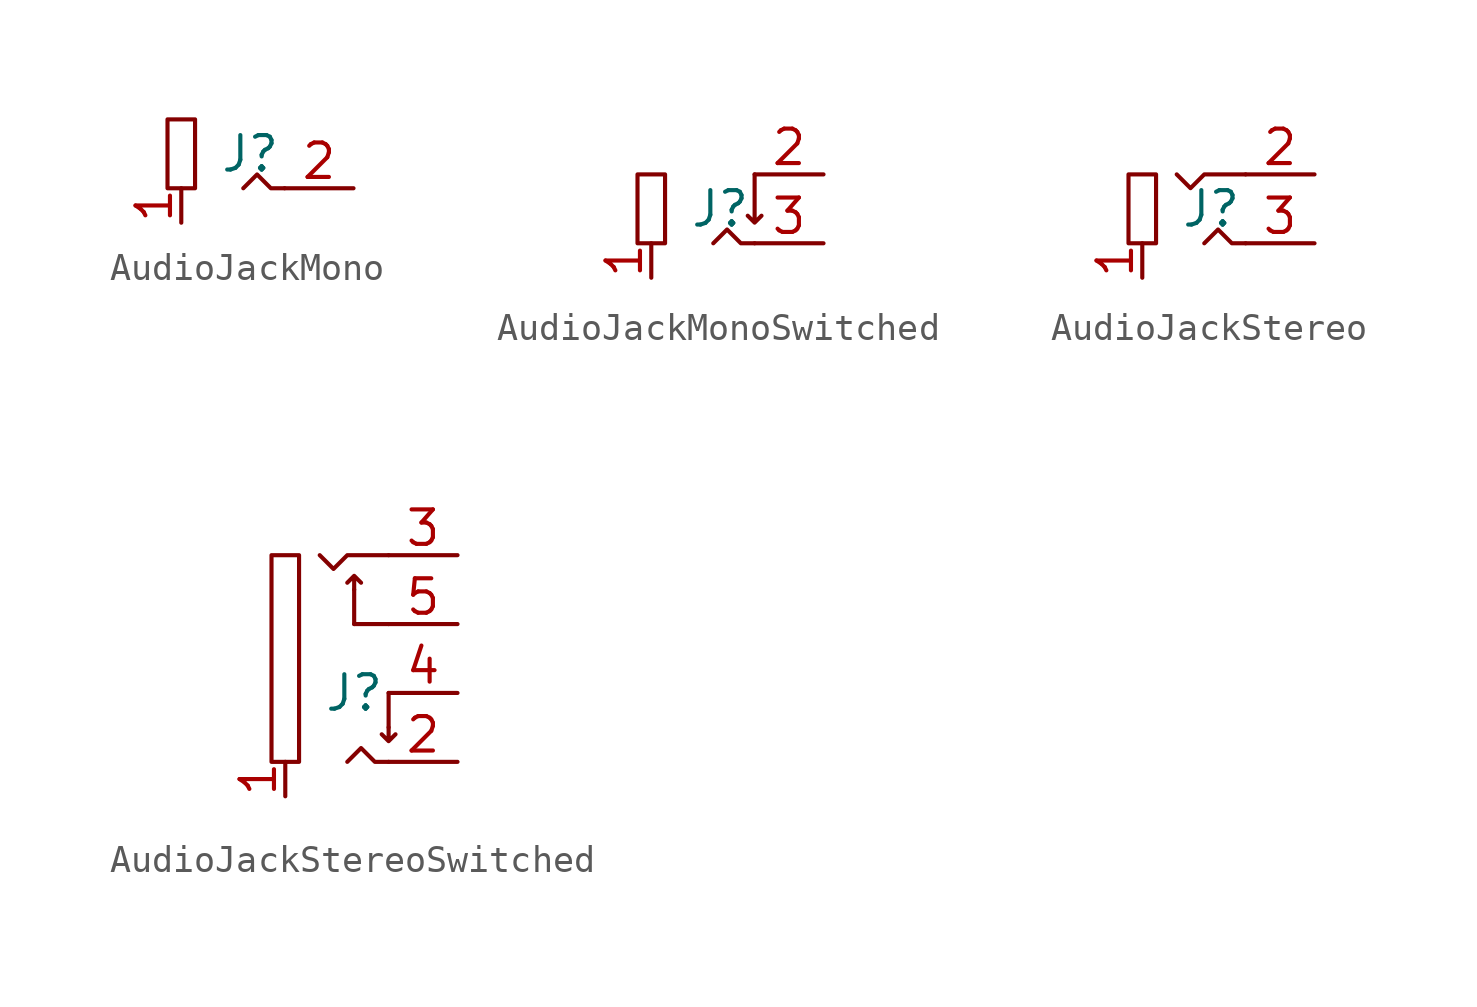
<source format=kicad_sym>
(kicad_symbol_lib
  (version 20241209)
  (generator "kicad_symbol_editor")
  (generator_version "9.0")
  (symbol "AudioJackMono"
    (property "Reference" "J"
      (at 0 0 0)
      (effects (font (size 1.27 1.27))))
    (property "Value" ""
      (at 0 0 0)
      (effects (font (size 1.27 1.27))))
    (symbol "AudioJackMono_0_1"
      (rectangle (start -3.048 1.27) (end -2.032 -1.27) (stroke (width 0) (type default)) (fill (type none)))
      (polyline (pts (xy 1.27 -1.27) (xy 0.762 -1.27) (xy 0.254 -0.762) (xy -0.254 -1.27)) (stroke (width 0) (type default)) (fill (type none))))
    (symbol "AudioJackMono_1_1"
      (pin passive line (at -2.54 -2.54 90) (length 1.27) (name "~" (effects (font (size 1.27 1.27)))) (number "1" (effects (font (size 1.27 1.27)))))
      (pin passive line (at 3.81 -1.27 180) (length 2.54) (name "~" (effects (font (size 1.27 1.27)))) (number "2" (effects (font (size 1.27 1.27)))))))
  (symbol "AudioJackMonoSwitched"
    (property "Reference" "J"
      (at 0 0 0)
      (effects (font (size 1.27 1.27))))
    (property "Value" ""
      (at 0 0 0)
      (effects (font (size 1.27 1.27))))
    (symbol "AudioJackMonoSwitched_0_1"
      (rectangle (start -3.048 1.27) (end -2.032 -1.27) (stroke (width 0) (type default)) (fill (type none)))
      (polyline (pts (xy 1.27 1.27) (xy 1.27 -0.508) (xy 1.016 -0.254) (xy 1.27 -0.508) (xy 1.524 -0.254)) (stroke (width 0) (type default)) (fill (type none)))
      (polyline (pts (xy 1.27 -1.27) (xy 0.762 -1.27) (xy 0.254 -0.762) (xy -0.254 -1.27)) (stroke (width 0) (type default)) (fill (type none))))
    (symbol "AudioJackMonoSwitched_1_1"
      (pin passive line (at -2.54 -2.54 90) (length 1.27) (name "~" (effects (font (size 1.27 1.27)))) (number "1" (effects (font (size 1.27 1.27)))))
      (pin passive line (at 3.81 1.27 180) (length 2.54) (name "~" (effects (font (size 1.27 1.27)))) (number "2" (effects (font (size 1.27 1.27)))))
      (pin passive line (at 3.81 -1.27 180) (length 2.54) (name "~" (effects (font (size 1.27 1.27)))) (number "3" (effects (font (size 1.27 1.27)))))))
  (symbol "AudioJackStereo"
    (property "Reference" "J"
      (at 0 0 0)
      (effects (font (size 1.27 1.27))))
    (property "Value" ""
      (at 0 0 0)
      (effects (font (size 1.27 1.27))))
    (symbol "AudioJackStereo_0_1"
      (rectangle (start -3.048 1.27) (end -2.032 -1.27) (stroke (width 0) (type default)) (fill (type none)))
      (polyline (pts (xy 1.27 1.27) (xy -0.254 1.27) (xy -0.762 0.762) (xy -1.27 1.27)) (stroke (width 0) (type default)) (fill (type none)))
      (polyline (pts (xy 1.27 -1.27) (xy 0.762 -1.27) (xy 0.254 -0.762) (xy -0.254 -1.27)) (stroke (width 0) (type default)) (fill (type none))))
    (symbol "AudioJackStereo_1_1"
      (pin passive line (at -2.54 -2.54 90) (length 1.27) (name "~" (effects (font (size 1.27 1.27)))) (number "1" (effects (font (size 1.27 1.27)))))
      (pin passive line (at 3.81 1.27 180) (length 2.54) (name "~" (effects (font (size 1.27 1.27)))) (number "2" (effects (font (size 1.27 1.27)))))
      (pin passive line (at 3.81 -1.27 180) (length 2.54) (name "~" (effects (font (size 1.27 1.27)))) (number "3" (effects (font (size 1.27 1.27)))))))
  (symbol "AudioJackStereoSwitched"
    (property "Reference" "J"
      (at 0 0 0)
      (effects (font (size 1.27 1.27))))
    (property "Value" ""
      (at 0 0 0)
      (effects (font (size 1.27 1.27))))
    (symbol "AudioJackStereoSwitched_0_1"
      (rectangle (start -3.048 5.08) (end -2.032 -2.54) (stroke (width 0) (type default)) (fill (type none)))
      (polyline (pts (xy 0 3.81) (xy 0 4.318) (xy 0.254 4.064) (xy 0 4.318) (xy -0.254 4.064)) (stroke (width 0) (type default)) (fill (type none)))
      (polyline (pts (xy 0 2.54) (xy 0 3.81)) (stroke (width 0) (type default)) (fill (type none)))
      (polyline (pts (xy 1.27 5.08) (xy -0.254 5.08) (xy -0.762 4.572) (xy -1.27 5.08)) (stroke (width 0) (type default)) (fill (type none)))
      (polyline (pts (xy 1.27 2.54) (xy 0 2.54)) (stroke (width 0) (type default)) (fill (type none)))
      (polyline (pts (xy 1.27 -1.27) (xy 1.27 0)) (stroke (width 0) (type default)) (fill (type none)))
      (polyline (pts (xy 1.27 -1.27) (xy 1.27 -1.778) (xy 1.016 -1.524) (xy 1.27 -1.778) (xy 1.524 -1.524)) (stroke (width 0) (type default)) (fill (type none)))
      (polyline (pts (xy 1.27 -2.54) (xy 0.762 -2.54) (xy 0.254 -2.032) (xy -0.254 -2.54)) (stroke (width 0) (type default)) (fill (type none))))
    (symbol "AudioJackStereoSwitched_1_1"
      (pin passive line (at -2.54 -3.81 90) (length 1.27) (name "~" (effects (font (size 1.27 1.27)))) (number "1" (effects (font (size 1.27 1.27)))))
      (pin passive line (at 3.81 5.08 180) (length 2.54) (name "~" (effects (font (size 1.27 1.27)))) (number "3" (effects (font (size 1.27 1.27)))))
      (pin passive line (at 3.81 2.54 180) (length 2.54) (name "~" (effects (font (size 1.27 1.27)))) (number "5" (effects (font (size 1.27 1.27)))))
      (pin passive line (at 3.81 0 180) (length 2.54) (name "~" (effects (font (size 1.27 1.27)))) (number "4" (effects (font (size 1.27 1.27)))))
      (pin passive line (at 3.81 -2.54 180) (length 2.54) (name "~" (effects (font (size 1.27 1.27)))) (number "2" (effects (font (size 1.27 1.27))))))))
</source>
